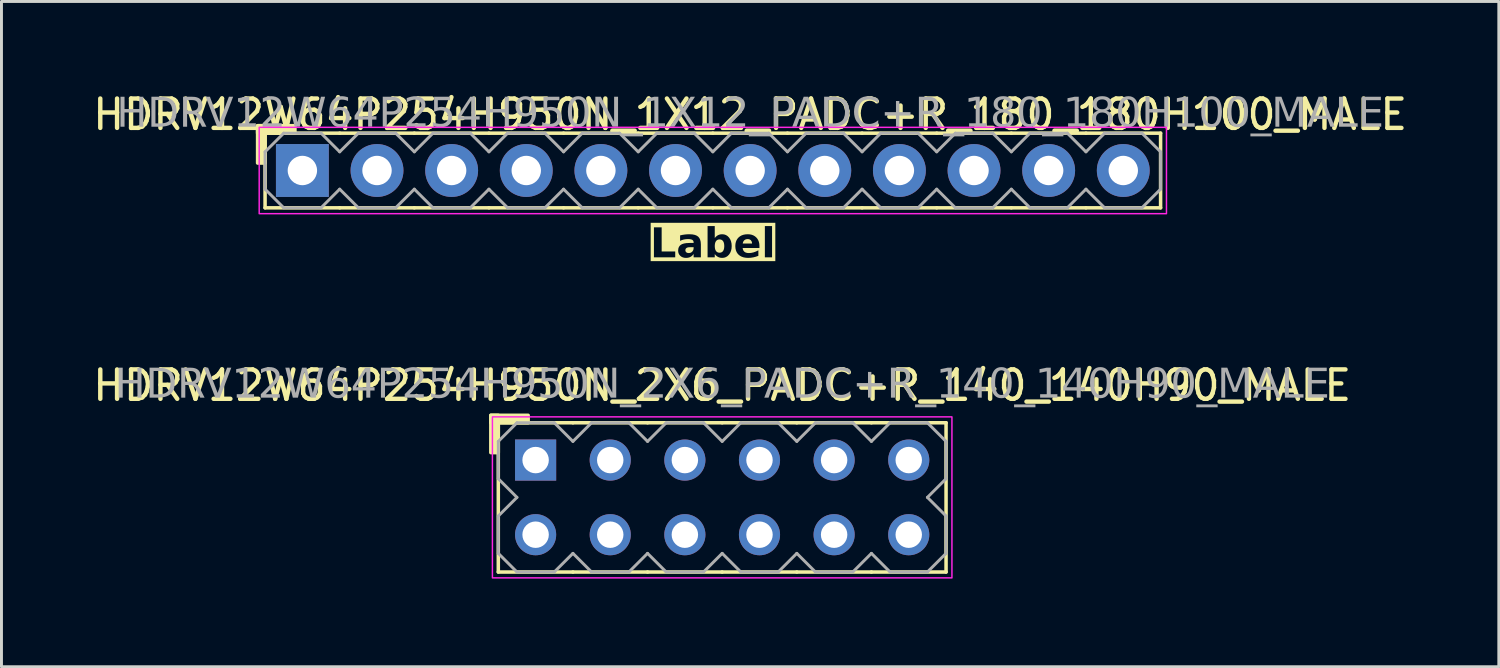
<source format=kicad_pcb>
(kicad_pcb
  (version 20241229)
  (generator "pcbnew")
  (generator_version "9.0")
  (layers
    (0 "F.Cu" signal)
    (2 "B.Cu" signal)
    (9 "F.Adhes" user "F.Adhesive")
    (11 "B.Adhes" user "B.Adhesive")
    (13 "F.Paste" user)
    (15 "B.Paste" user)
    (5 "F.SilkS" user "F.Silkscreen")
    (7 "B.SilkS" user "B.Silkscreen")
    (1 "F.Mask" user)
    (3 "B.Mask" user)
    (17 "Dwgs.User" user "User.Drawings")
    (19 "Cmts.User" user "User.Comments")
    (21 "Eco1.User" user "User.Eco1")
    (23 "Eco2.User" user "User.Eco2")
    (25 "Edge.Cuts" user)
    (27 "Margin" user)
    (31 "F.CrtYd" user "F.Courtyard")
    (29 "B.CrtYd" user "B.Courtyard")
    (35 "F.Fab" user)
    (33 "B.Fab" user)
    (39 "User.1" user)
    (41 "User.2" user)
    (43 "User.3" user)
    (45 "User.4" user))
  (footprint "HDRV12W64P254H950N_2X6_PADC+R_140_140H90_MALE"
    (layer "F.Cu")
    (at 21.53 13.879)
    (property "Reference" "HDRV12W64P254H950N_2X6_PADC+R_140_140H90_MALE" (at 0 -3.81 0) (layer "F.SilkS") (effects (font (size 1 1) (thickness 0.15))))
    (attr through_hole)
    (fp_line (start -7.62 2.54) (end -7.62 -2.54) (stroke (width 0.12) (type solid)) (layer "F.SilkS"))
    (fp_line (start -5.08 -2.54) (end -7.62 -2.54) (stroke (width 0.12) (type solid)) (layer "F.SilkS"))
    (fp_line (start -5.08 2.54) (end -7.62 2.54) (stroke (width 0.12) (type solid)) (layer "F.SilkS"))
    (fp_line (start -2.54 -2.54) (end -5.08 -2.54) (stroke (width 0.12) (type solid)) (layer "F.SilkS"))
    (fp_line (start -2.54 2.54) (end -5.08 2.54) (stroke (width 0.12) (type solid)) (layer "F.SilkS"))
    (fp_line (start 0 -2.54) (end -2.54 -2.54) (stroke (width 0.12) (type solid)) (layer "F.SilkS"))
    (fp_line (start 0 2.54) (end -2.54 2.54) (stroke (width 0.12) (type solid)) (layer "F.SilkS"))
    (fp_line (start 2.54 -2.54) (end 0 -2.54) (stroke (width 0.12) (type solid)) (layer "F.SilkS"))
    (fp_line (start 2.54 2.54) (end 0 2.54) (stroke (width 0.12) (type solid)) (layer "F.SilkS"))
    (fp_line (start 5.08 -2.54) (end 2.54 -2.54) (stroke (width 0.12) (type solid)) (layer "F.SilkS"))
    (fp_line (start 5.08 2.54) (end 2.54 2.54) (stroke (width 0.12) (type solid)) (layer "F.SilkS"))
    (fp_line (start 7.62 -2.54) (end 5.08 -2.54) (stroke (width 0.12) (type solid)) (layer "F.SilkS"))
    (fp_line (start 7.62 2.54) (end 5.08 2.54) (stroke (width 0.12) (type solid)) (layer "F.SilkS"))
    (fp_line (start 7.62 2.54) (end 7.62 -2.54) (stroke (width 0.12) (type solid)) (layer "F.SilkS"))
    (fp_rect (start -7.874 -1.524) (end -7.62 -2.794) (stroke (width 0.12) (type solid)) (fill yes) (layer "F.SilkS"))
    (fp_rect (start -6.604 -2.54) (end -7.874 -2.794) (stroke (width 0.12) (type solid)) (fill yes) (layer "F.SilkS"))
    (fp_rect (start -7.82 -2.74) (end 7.82 2.74) (stroke (width 0.05) (type default)) (fill no) (layer "F.CrtYd"))
    (fp_line (start -7.62 -1.905) (end -7.62 -0.635) (stroke (width 0.1) (type solid)) (layer "F.Fab"))
    (fp_line (start -7.62 -1.905) (end -6.985 -2.54) (stroke (width 0.1) (type solid)) (layer "F.Fab"))
    (fp_line (start -7.62 0.635) (end -7.62 1.905) (stroke (width 0.1) (type solid)) (layer "F.Fab"))
    (fp_line (start -6.985 -2.54) (end -5.715 -2.54) (stroke (width 0.1) (type solid)) (layer "F.Fab"))
    (fp_line (start -6.985 0) (end -7.62 -0.635) (stroke (width 0.1) (type solid)) (layer "F.Fab"))
    (fp_line (start -6.985 0) (end -7.62 0.635) (stroke (width 0.1) (type solid)) (layer "F.Fab"))
    (fp_line (start -6.985 2.54) (end -7.62 1.905) (stroke (width 0.1) (type solid)) (layer "F.Fab"))
    (fp_line (start -5.715 -2.54) (end -5.08 -1.905) (stroke (width 0.1) (type solid)) (layer "F.Fab"))
    (fp_line (start -5.715 2.54) (end -6.985 2.54) (stroke (width 0.1) (type solid)) (layer "F.Fab"))
    (fp_line (start -5.08 -1.905) (end -4.445 -2.54) (stroke (width 0.1) (type solid)) (layer "F.Fab"))
    (fp_line (start -5.08 1.905) (end -5.715 2.54) (stroke (width 0.1) (type solid)) (layer "F.Fab"))
    (fp_line (start -4.445 -2.54) (end -3.175 -2.54) (stroke (width 0.1) (type solid)) (layer "F.Fab"))
    (fp_line (start -4.445 2.54) (end -5.08 1.905) (stroke (width 0.1) (type solid)) (layer "F.Fab"))
    (fp_line (start -3.175 -2.54) (end -2.54 -1.905) (stroke (width 0.1) (type solid)) (layer "F.Fab"))
    (fp_line (start -3.175 2.54) (end -4.445 2.54) (stroke (width 0.1) (type solid)) (layer "F.Fab"))
    (fp_line (start -2.54 -1.905) (end -1.905 -2.54) (stroke (width 0.1) (type solid)) (layer "F.Fab"))
    (fp_line (start -2.54 1.905) (end -3.175 2.54) (stroke (width 0.1) (type solid)) (layer "F.Fab"))
    (fp_line (start -1.905 -2.54) (end -0.635 -2.54) (stroke (width 0.1) (type solid)) (layer "F.Fab"))
    (fp_line (start -1.905 2.54) (end -2.54 1.905) (stroke (width 0.1) (type solid)) (layer "F.Fab"))
    (fp_line (start -0.635 -2.54) (end 0 -1.905) (stroke (width 0.1) (type solid)) (layer "F.Fab"))
    (fp_line (start -0.635 2.54) (end -1.905 2.54) (stroke (width 0.1) (type solid)) (layer "F.Fab"))
    (fp_line (start 0 -1.905) (end 0.635 -2.54) (stroke (width 0.1) (type solid)) (layer "F.Fab"))
    (fp_line (start 0 1.905) (end -0.635 2.54) (stroke (width 0.1) (type solid)) (layer "F.Fab"))
    (fp_line (start 0.635 -2.54) (end 1.905 -2.54) (stroke (width 0.1) (type solid)) (layer "F.Fab"))
    (fp_line (start 0.635 2.54) (end 0 1.905) (stroke (width 0.1) (type solid)) (layer "F.Fab"))
    (fp_line (start 1.905 -2.54) (end 2.54 -1.905) (stroke (width 0.1) (type solid)) (layer "F.Fab"))
    (fp_line (start 1.905 2.54) (end 0.635 2.54) (stroke (width 0.1) (type solid)) (layer "F.Fab"))
    (fp_line (start 2.54 -1.905) (end 3.175 -2.54) (stroke (width 0.1) (type solid)) (layer "F.Fab"))
    (fp_line (start 2.54 1.905) (end 1.905 2.54) (stroke (width 0.1) (type solid)) (layer "F.Fab"))
    (fp_line (start 3.175 -2.54) (end 4.445 -2.54) (stroke (width 0.1) (type solid)) (layer "F.Fab"))
    (fp_line (start 3.175 2.54) (end 2.54 1.905) (stroke (width 0.1) (type solid)) (layer "F.Fab"))
    (fp_line (start 4.445 -2.54) (end 5.08 -1.905) (stroke (width 0.1) (type solid)) (layer "F.Fab"))
    (fp_line (start 4.445 2.54) (end 3.175 2.54) (stroke (width 0.1) (type solid)) (layer "F.Fab"))
    (fp_line (start 5.08 -1.905) (end 5.715 -2.54) (stroke (width 0.1) (type solid)) (layer "F.Fab"))
    (fp_line (start 5.08 1.905) (end 4.445 2.54) (stroke (width 0.1) (type solid)) (layer "F.Fab"))
    (fp_line (start 5.715 -2.54) (end 6.985 -2.54) (stroke (width 0.1) (type solid)) (layer "F.Fab"))
    (fp_line (start 5.715 2.54) (end 5.08 1.905) (stroke (width 0.1) (type solid)) (layer "F.Fab"))
    (fp_line (start 6.985 -2.54) (end 7.62 -1.905) (stroke (width 0.1) (type solid)) (layer "F.Fab"))
    (fp_line (start 6.985 0) (end 7.62 0.635) (stroke (width 0.1) (type solid)) (layer "F.Fab"))
    (fp_line (start 6.985 2.54) (end 5.715 2.54) (stroke (width 0.1) (type solid)) (layer "F.Fab"))
    (fp_line (start 7.62 -1.905) (end 7.62 -0.635) (stroke (width 0.1) (type solid)) (layer "F.Fab"))
    (fp_line (start 7.62 -0.635) (end 6.985 0) (stroke (width 0.1) (type solid)) (layer "F.Fab"))
    (fp_line (start 7.62 0.635) (end 7.62 1.905) (stroke (width 0.1) (type solid)) (layer "F.Fab"))
    (fp_line (start 7.62 1.905) (end 6.985 2.54) (stroke (width 0.1) (type solid)) (layer "F.Fab"))
    (fp_rect (start -6.096 -1.524) (end -6.604 -1.016) (stroke (width 0.1) (type solid)) (fill no) (layer "F.Fab"))
    (fp_rect (start -6.096 1.016) (end -6.604 1.524) (stroke (width 0.1) (type solid)) (fill no) (layer "F.Fab"))
    (fp_rect (start -3.556 -1.524) (end -4.064 -1.016) (stroke (width 0.1) (type solid)) (fill no) (layer "F.Fab"))
    (fp_rect (start -3.556 1.016) (end -4.064 1.524) (stroke (width 0.1) (type solid)) (fill no) (layer "F.Fab"))
    (fp_rect (start -1.016 -1.524) (end -1.524 -1.016) (stroke (width 0.1) (type solid)) (fill no) (layer "F.Fab"))
    (fp_rect (start -1.016 1.016) (end -1.524 1.524) (stroke (width 0.1) (type solid)) (fill no) (layer "F.Fab"))
    (fp_rect (start 1.524 -1.524) (end 1.016 -1.016) (stroke (width 0.1) (type solid)) (fill no) (layer "F.Fab"))
    (fp_rect (start 1.524 1.016) (end 1.016 1.524) (stroke (width 0.1) (type solid)) (fill no) (layer "F.Fab"))
    (fp_rect (start 4.064 -1.524) (end 3.556 -1.016) (stroke (width 0.1) (type solid)) (fill no) (layer "F.Fab"))
    (fp_rect (start 4.064 1.016) (end 3.556 1.524) (stroke (width 0.1) (type solid)) (fill no) (layer "F.Fab"))
    (fp_rect (start 6.604 -1.524) (end 6.096 -1.016) (stroke (width 0.1) (type solid)) (fill no) (layer "F.Fab"))
    (fp_rect (start 6.604 1.016) (end 6.096 1.524) (stroke (width 0.1) (type solid)) (fill no) (layer "F.Fab"))
    (fp_text user "${REFERENCE}" (at 0 -3.81 0) (layer "F.Fab") (effects (font (face "Tahoma") (size 1 1) (thickness 0.15))))
    (pad "1" thru_hole rect (at -6.35 -1.27) (size 1.4 1.4) (drill 0.9) (layers "*.Cu" "*.Mask"))
    (pad "2" thru_hole circle (at -6.35 1.27) (size 1.4 1.4) (drill 0.9) (layers "*.Cu" "*.Mask"))
    (pad "3" thru_hole circle (at -3.81 -1.27) (size 1.4 1.4) (drill 0.9) (layers "*.Cu" "*.Mask"))
    (pad "4" thru_hole circle (at -3.81 1.27) (size 1.4 1.4) (drill 0.9) (layers "*.Cu" "*.Mask"))
    (pad "5" thru_hole circle (at -1.27 -1.27) (size 1.4 1.4) (drill 0.9) (layers "*.Cu" "*.Mask"))
    (pad "6" thru_hole circle (at -1.27 1.27) (size 1.4 1.4) (drill 0.9) (layers "*.Cu" "*.Mask"))
    (pad "7" thru_hole circle (at 1.27 -1.27) (size 1.4 1.4) (drill 0.9) (layers "*.Cu" "*.Mask"))
    (pad "8" thru_hole circle (at 1.27 1.27) (size 1.4 1.4) (drill 0.9) (layers "*.Cu" "*.Mask"))
    (pad "9" thru_hole circle (at 3.81 -1.27) (size 1.4 1.4) (drill 0.9) (layers "*.Cu" "*.Mask"))
    (pad "10" thru_hole circle (at 3.81 1.27) (size 1.4 1.4) (drill 0.9) (layers "*.Cu" "*.Mask"))
    (pad "11" thru_hole circle (at 6.35 -1.27) (size 1.4 1.4) (drill 0.9) (layers "*.Cu" "*.Mask"))
    (pad "12" thru_hole circle (at 6.35 1.27) (size 1.4 1.4) (drill 0.9) (layers "*.Cu" "*.Mask")))
  (footprint "HDRV12W64P254H950N_1X12_PADC+R_180_180H100_MALE"
    (layer "F.Cu")
    (at 21.212 2.753)
    (property "Reference" "HDRV12W64P254H950N_1X12_PADC+R_180_180H100_MALE" (at 1.27 -1.905 0) (layer "F.SilkS") (effects (font (size 1 1) (thickness 0.15))))
    (property "Label" "Label" (at 0 2.54 0) (layer "F.SilkS" knockout) (effects (font (face "Tahoma") (size 1 1) (thickness 0.2) (bold yes))))
    (attr through_hole)
    (fp_line (start -15.24 1.27) (end -15.24 -1.27) (stroke (width 0.12) (type solid)) (layer "F.SilkS"))
    (fp_line (start -12.7 -1.27) (end -15.24 -1.27) (stroke (width 0.12) (type solid)) (layer "F.SilkS"))
    (fp_line (start -12.7 1.27) (end -15.24 1.27) (stroke (width 0.12) (type solid)) (layer "F.SilkS"))
    (fp_line (start -10.16 -1.27) (end -12.7 -1.27) (stroke (width 0.12) (type solid)) (layer "F.SilkS"))
    (fp_line (start -10.16 1.27) (end -12.7 1.27) (stroke (width 0.12) (type solid)) (layer "F.SilkS"))
    (fp_line (start -7.62 -1.27) (end -10.16 -1.27) (stroke (width 0.12) (type solid)) (layer "F.SilkS"))
    (fp_line (start -7.62 1.27) (end -10.16 1.27) (stroke (width 0.12) (type solid)) (layer "F.SilkS"))
    (fp_line (start -5.08 -1.27) (end -7.62 -1.27) (stroke (width 0.12) (type solid)) (layer "F.SilkS"))
    (fp_line (start -5.08 1.27) (end -7.62 1.27) (stroke (width 0.12) (type solid)) (layer "F.SilkS"))
    (fp_line (start -2.54 -1.27) (end -5.08 -1.27) (stroke (width 0.12) (type solid)) (layer "F.SilkS"))
    (fp_line (start -2.54 1.27) (end -5.08 1.27) (stroke (width 0.12) (type solid)) (layer "F.SilkS"))
    (fp_line (start 0 -1.27) (end -2.54 -1.27) (stroke (width 0.12) (type solid)) (layer "F.SilkS"))
    (fp_line (start 0 1.27) (end -2.54 1.27) (stroke (width 0.12) (type solid)) (layer "F.SilkS"))
    (fp_line (start 2.54 -1.27) (end 0 -1.27) (stroke (width 0.12) (type solid)) (layer "F.SilkS"))
    (fp_line (start 2.54 1.27) (end 0 1.27) (stroke (width 0.12) (type solid)) (layer "F.SilkS"))
    (fp_line (start 5.08 -1.27) (end 2.54 -1.27) (stroke (width 0.12) (type solid)) (layer "F.SilkS"))
    (fp_line (start 5.08 1.27) (end 2.54 1.27) (stroke (width 0.12) (type solid)) (layer "F.SilkS"))
    (fp_line (start 7.62 -1.27) (end 5.08 -1.27) (stroke (width 0.12) (type solid)) (layer "F.SilkS"))
    (fp_line (start 7.62 1.27) (end 5.08 1.27) (stroke (width 0.12) (type solid)) (layer "F.SilkS"))
    (fp_line (start 10.16 -1.27) (end 7.62 -1.27) (stroke (width 0.12) (type solid)) (layer "F.SilkS"))
    (fp_line (start 10.16 1.27) (end 7.62 1.27) (stroke (width 0.12) (type solid)) (layer "F.SilkS"))
    (fp_line (start 12.7 -1.27) (end 10.16 -1.27) (stroke (width 0.12) (type solid)) (layer "F.SilkS"))
    (fp_line (start 12.7 1.27) (end 10.16 1.27) (stroke (width 0.12) (type solid)) (layer "F.SilkS"))
    (fp_line (start 15.24 -1.27) (end 12.7 -1.27) (stroke (width 0.12) (type solid)) (layer "F.SilkS"))
    (fp_line (start 15.24 1.27) (end 12.7 1.27) (stroke (width 0.12) (type solid)) (layer "F.SilkS"))
    (fp_line (start 15.24 1.27) (end 15.24 -1.27) (stroke (width 0.12) (type solid)) (layer "F.SilkS"))
    (fp_rect (start -15.494 -0.254) (end -15.24 -1.524) (stroke (width 0.12) (type solid)) (fill yes) (layer "F.SilkS"))
    (fp_rect (start -14.224 -1.27) (end -15.494 -1.524) (stroke (width 0.12) (type solid)) (fill yes) (layer "F.SilkS"))
    (fp_rect (start -15.44 -1.47) (end 15.44 1.47) (stroke (width 0.05) (type default)) (fill no) (layer "F.CrtYd"))
    (fp_line (start -15.24 -0.635) (end -15.24 0.635) (stroke (width 0.1) (type solid)) (layer "F.Fab"))
    (fp_line (start -15.24 -0.635) (end -14.605 -1.27) (stroke (width 0.1) (type solid)) (layer "F.Fab"))
    (fp_line (start -14.605 -1.27) (end -13.335 -1.27) (stroke (width 0.1) (type solid)) (layer "F.Fab"))
    (fp_line (start -14.605 1.27) (end -15.24 0.635) (stroke (width 0.1) (type solid)) (layer "F.Fab"))
    (fp_line (start -13.335 -1.27) (end -12.7 -0.635) (stroke (width 0.1) (type solid)) (layer "F.Fab"))
    (fp_line (start -13.335 1.27) (end -14.605 1.27) (stroke (width 0.1) (type solid)) (layer "F.Fab"))
    (fp_line (start -12.7 -0.635) (end -12.065 -1.27) (stroke (width 0.1) (type solid)) (layer "F.Fab"))
    (fp_line (start -12.7 0.635) (end -13.335 1.27) (stroke (width 0.1) (type solid)) (layer "F.Fab"))
    (fp_line (start -12.065 -1.27) (end -10.795 -1.27) (stroke (width 0.1) (type solid)) (layer "F.Fab"))
    (fp_line (start -12.065 1.27) (end -12.7 0.635) (stroke (width 0.1) (type solid)) (layer "F.Fab"))
    (fp_line (start -10.795 -1.27) (end -10.16 -0.635) (stroke (width 0.1) (type solid)) (layer "F.Fab"))
    (fp_line (start -10.795 1.27) (end -12.065 1.27) (stroke (width 0.1) (type solid)) (layer "F.Fab"))
    (fp_line (start -10.16 -0.635) (end -9.525 -1.27) (stroke (width 0.1) (type solid)) (layer "F.Fab"))
    (fp_line (start -10.16 0.635) (end -10.795 1.27) (stroke (width 0.1) (type solid)) (layer "F.Fab"))
    (fp_line (start -9.525 -1.27) (end -8.255 -1.27) (stroke (width 0.1) (type solid)) (layer "F.Fab"))
    (fp_line (start -9.525 1.27) (end -10.16 0.635) (stroke (width 0.1) (type solid)) (layer "F.Fab"))
    (fp_line (start -8.255 -1.27) (end -7.62 -0.635) (stroke (width 0.1) (type solid)) (layer "F.Fab"))
    (fp_line (start -8.255 1.27) (end -9.525 1.27) (stroke (width 0.1) (type solid)) (layer "F.Fab"))
    (fp_line (start -7.62 -0.635) (end -6.985 -1.27) (stroke (width 0.1) (type solid)) (layer "F.Fab"))
    (fp_line (start -7.62 0.635) (end -8.255 1.27) (stroke (width 0.1) (type solid)) (layer "F.Fab"))
    (fp_line (start -6.985 -1.27) (end -5.715 -1.27) (stroke (width 0.1) (type solid)) (layer "F.Fab"))
    (fp_line (start -6.985 1.27) (end -7.62 0.635) (stroke (width 0.1) (type solid)) (layer "F.Fab"))
    (fp_line (start -5.715 -1.27) (end -5.08 -0.635) (stroke (width 0.1) (type solid)) (layer "F.Fab"))
    (fp_line (start -5.715 1.27) (end -6.985 1.27) (stroke (width 0.1) (type solid)) (layer "F.Fab"))
    (fp_line (start -5.08 -0.635) (end -4.445 -1.27) (stroke (width 0.1) (type solid)) (layer "F.Fab"))
    (fp_line (start -5.08 0.635) (end -5.715 1.27) (stroke (width 0.1) (type solid)) (layer "F.Fab"))
    (fp_line (start -4.445 -1.27) (end -3.175 -1.27) (stroke (width 0.1) (type solid)) (layer "F.Fab"))
    (fp_line (start -4.445 1.27) (end -5.08 0.635) (stroke (width 0.1) (type solid)) (layer "F.Fab"))
    (fp_line (start -3.175 -1.27) (end -2.54 -0.635) (stroke (width 0.1) (type solid)) (layer "F.Fab"))
    (fp_line (start -3.175 1.27) (end -4.445 1.27) (stroke (width 0.1) (type solid)) (layer "F.Fab"))
    (fp_line (start -2.54 -0.635) (end -1.905 -1.27) (stroke (width 0.1) (type solid)) (layer "F.Fab"))
    (fp_line (start -2.54 0.635) (end -3.175 1.27) (stroke (width 0.1) (type solid)) (layer "F.Fab"))
    (fp_line (start -1.905 -1.27) (end -0.635 -1.27) (stroke (width 0.1) (type solid)) (layer "F.Fab"))
    (fp_line (start -1.905 1.27) (end -2.54 0.635) (stroke (width 0.1) (type solid)) (layer "F.Fab"))
    (fp_line (start -0.635 -1.27) (end 0 -0.635) (stroke (width 0.1) (type solid)) (layer "F.Fab"))
    (fp_line (start -0.635 1.27) (end -1.905 1.27) (stroke (width 0.1) (type solid)) (layer "F.Fab"))
    (fp_line (start 0 -0.635) (end 0.635 -1.27) (stroke (width 0.1) (type solid)) (layer "F.Fab"))
    (fp_line (start 0 0.635) (end -0.635 1.27) (stroke (width 0.1) (type solid)) (layer "F.Fab"))
    (fp_line (start 0.635 -1.27) (end 1.905 -1.27) (stroke (width 0.1) (type solid)) (layer "F.Fab"))
    (fp_line (start 0.635 1.27) (end 0 0.635) (stroke (width 0.1) (type solid)) (layer "F.Fab"))
    (fp_line (start 1.905 -1.27) (end 2.54 -0.635) (stroke (width 0.1) (type solid)) (layer "F.Fab"))
    (fp_line (start 1.905 1.27) (end 0.635 1.27) (stroke (width 0.1) (type solid)) (layer "F.Fab"))
    (fp_line (start 2.54 -0.635) (end 3.175 -1.27) (stroke (width 0.1) (type solid)) (layer "F.Fab"))
    (fp_line (start 2.54 0.635) (end 1.905 1.27) (stroke (width 0.1) (type solid)) (layer "F.Fab"))
    (fp_line (start 3.175 -1.27) (end 4.445 -1.27) (stroke (width 0.1) (type solid)) (layer "F.Fab"))
    (fp_line (start 3.175 1.27) (end 2.54 0.635) (stroke (width 0.1) (type solid)) (layer "F.Fab"))
    (fp_line (start 4.445 -1.27) (end 5.08 -0.635) (stroke (width 0.1) (type solid)) (layer "F.Fab"))
    (fp_line (start 4.445 1.27) (end 3.175 1.27) (stroke (width 0.1) (type solid)) (layer "F.Fab"))
    (fp_line (start 5.08 -0.635) (end 5.715 -1.27) (stroke (width 0.1) (type solid)) (layer "F.Fab"))
    (fp_line (start 5.08 0.635) (end 4.445 1.27) (stroke (width 0.1) (type solid)) (layer "F.Fab"))
    (fp_line (start 5.715 -1.27) (end 6.985 -1.27) (stroke (width 0.1) (type solid)) (layer "F.Fab"))
    (fp_line (start 5.715 1.27) (end 5.08 0.635) (stroke (width 0.1) (type solid)) (layer "F.Fab"))
    (fp_line (start 6.985 -1.27) (end 7.62 -0.635) (stroke (width 0.1) (type solid)) (layer "F.Fab"))
    (fp_line (start 6.985 1.27) (end 5.715 1.27) (stroke (width 0.1) (type solid)) (layer "F.Fab"))
    (fp_line (start 7.62 -0.635) (end 8.255 -1.27) (stroke (width 0.1) (type solid)) (layer "F.Fab"))
    (fp_line (start 7.62 0.635) (end 6.985 1.27) (stroke (width 0.1) (type solid)) (layer "F.Fab"))
    (fp_line (start 8.255 -1.27) (end 9.525 -1.27) (stroke (width 0.1) (type solid)) (layer "F.Fab"))
    (fp_line (start 8.255 1.27) (end 7.62 0.635) (stroke (width 0.1) (type solid)) (layer "F.Fab"))
    (fp_line (start 9.525 -1.27) (end 10.16 -0.635) (stroke (width 0.1) (type solid)) (layer "F.Fab"))
    (fp_line (start 9.525 1.27) (end 8.255 1.27) (stroke (width 0.1) (type solid)) (layer "F.Fab"))
    (fp_line (start 10.16 -0.635) (end 10.795 -1.27) (stroke (width 0.1) (type solid)) (layer "F.Fab"))
    (fp_line (start 10.16 0.635) (end 9.525 1.27) (stroke (width 0.1) (type solid)) (layer "F.Fab"))
    (fp_line (start 10.795 -1.27) (end 12.065 -1.27) (stroke (width 0.1) (type solid)) (layer "F.Fab"))
    (fp_line (start 10.795 1.27) (end 10.16 0.635) (stroke (width 0.1) (type solid)) (layer "F.Fab"))
    (fp_line (start 12.065 -1.27) (end 12.7 -0.635) (stroke (width 0.1) (type solid)) (layer "F.Fab"))
    (fp_line (start 12.065 1.27) (end 10.795 1.27) (stroke (width 0.1) (type solid)) (layer "F.Fab"))
    (fp_line (start 12.7 -0.635) (end 13.335 -1.27) (stroke (width 0.1) (type solid)) (layer "F.Fab"))
    (fp_line (start 12.7 0.635) (end 12.065 1.27) (stroke (width 0.1) (type solid)) (layer "F.Fab"))
    (fp_line (start 13.335 -1.27) (end 14.605 -1.27) (stroke (width 0.1) (type solid)) (layer "F.Fab"))
    (fp_line (start 13.335 1.27) (end 12.7 0.635) (stroke (width 0.1) (type solid)) (layer "F.Fab"))
    (fp_line (start 14.605 -1.27) (end 15.24 -0.635) (stroke (width 0.1) (type solid)) (layer "F.Fab"))
    (fp_line (start 14.605 1.27) (end 13.335 1.27) (stroke (width 0.1) (type solid)) (layer "F.Fab"))
    (fp_line (start 15.24 -0.635) (end 15.24 0.635) (stroke (width 0.1) (type solid)) (layer "F.Fab"))
    (fp_line (start 15.24 0.635) (end 14.605 1.27) (stroke (width 0.1) (type solid)) (layer "F.Fab"))
    (fp_rect (start -13.716 -0.254) (end -14.224 0.254) (stroke (width 0.1) (type solid)) (fill no) (layer "F.Fab"))
    (fp_rect (start -11.176 -0.254) (end -11.684 0.254) (stroke (width 0.1) (type solid)) (fill no) (layer "F.Fab"))
    (fp_rect (start -8.636 -0.254) (end -9.144 0.254) (stroke (width 0.1) (type solid)) (fill no) (layer "F.Fab"))
    (fp_rect (start -6.096 -0.254) (end -6.604 0.254) (stroke (width 0.1) (type solid)) (fill no) (layer "F.Fab"))
    (fp_rect (start -3.556 -0.254) (end -4.064 0.254) (stroke (width 0.1) (type solid)) (fill no) (layer "F.Fab"))
    (fp_rect (start -1.016 -0.254) (end -1.524 0.254) (stroke (width 0.1) (type solid)) (fill no) (layer "F.Fab"))
    (fp_rect (start 1.524 -0.254) (end 1.016 0.254) (stroke (width 0.1) (type solid)) (fill no) (layer "F.Fab"))
    (fp_rect (start 4.064 -0.254) (end 3.556 0.254) (stroke (width 0.1) (type solid)) (fill no) (layer "F.Fab"))
    (fp_rect (start 6.604 -0.254) (end 6.096 0.254) (stroke (width 0.1) (type solid)) (fill no) (layer "F.Fab"))
    (fp_rect (start 9.144 -0.254) (end 8.636 0.254) (stroke (width 0.1) (type solid)) (fill no) (layer "F.Fab"))
    (fp_rect (start 11.684 -0.254) (end 11.176 0.254) (stroke (width 0.1) (type solid)) (fill no) (layer "F.Fab"))
    (fp_rect (start 14.224 -0.254) (end 13.716 0.254) (stroke (width 0.1) (type solid)) (fill no) (layer "F.Fab"))
    (fp_text user "${REFERENCE}" (at 1.27 -1.905 0) (layer "F.Fab") (effects (font (face "Tahoma") (size 1 1) (thickness 0.15))))
    (pad "1" thru_hole rect (at -13.97 0) (size 1.8 1.8) (drill 1) (layers "*.Cu" "*.Mask"))
    (pad "2" thru_hole circle (at -11.43 0) (size 1.8 1.8) (drill 1) (layers "*.Cu" "*.Mask"))
    (pad "3" thru_hole circle (at -8.89 0) (size 1.8 1.8) (drill 1) (layers "*.Cu" "*.Mask"))
    (pad "4" thru_hole circle (at -6.35 0) (size 1.8 1.8) (drill 1) (layers "*.Cu" "*.Mask"))
    (pad "5" thru_hole circle (at -3.81 0) (size 1.8 1.8) (drill 1) (layers "*.Cu" "*.Mask"))
    (pad "6" thru_hole circle (at -1.27 0) (size 1.8 1.8) (drill 1) (layers "*.Cu" "*.Mask"))
    (pad "7" thru_hole circle (at 1.27 0) (size 1.8 1.8) (drill 1) (layers "*.Cu" "*.Mask"))
    (pad "8" thru_hole circle (at 3.81 0) (size 1.8 1.8) (drill 1) (layers "*.Cu" "*.Mask"))
    (pad "9" thru_hole circle (at 6.35 0) (size 1.8 1.8) (drill 1) (layers "*.Cu" "*.Mask"))
    (pad "10" thru_hole circle (at 8.89 0) (size 1.8 1.8) (drill 1) (layers "*.Cu" "*.Mask"))
    (pad "11" thru_hole circle (at 11.43 0) (size 1.8 1.8) (drill 1) (layers "*.Cu" "*.Mask"))
    (pad "12" thru_hole circle (at 13.97 0) (size 1.8 1.8) (drill 1) (layers "*.Cu" "*.Mask")))
  (gr_rect
    (start -3 -3)
    (end 47.964 19.644)
    (stroke (width 0.1) (type default))
    (fill no)
    (layer "Edge.Cuts")))
</source>
